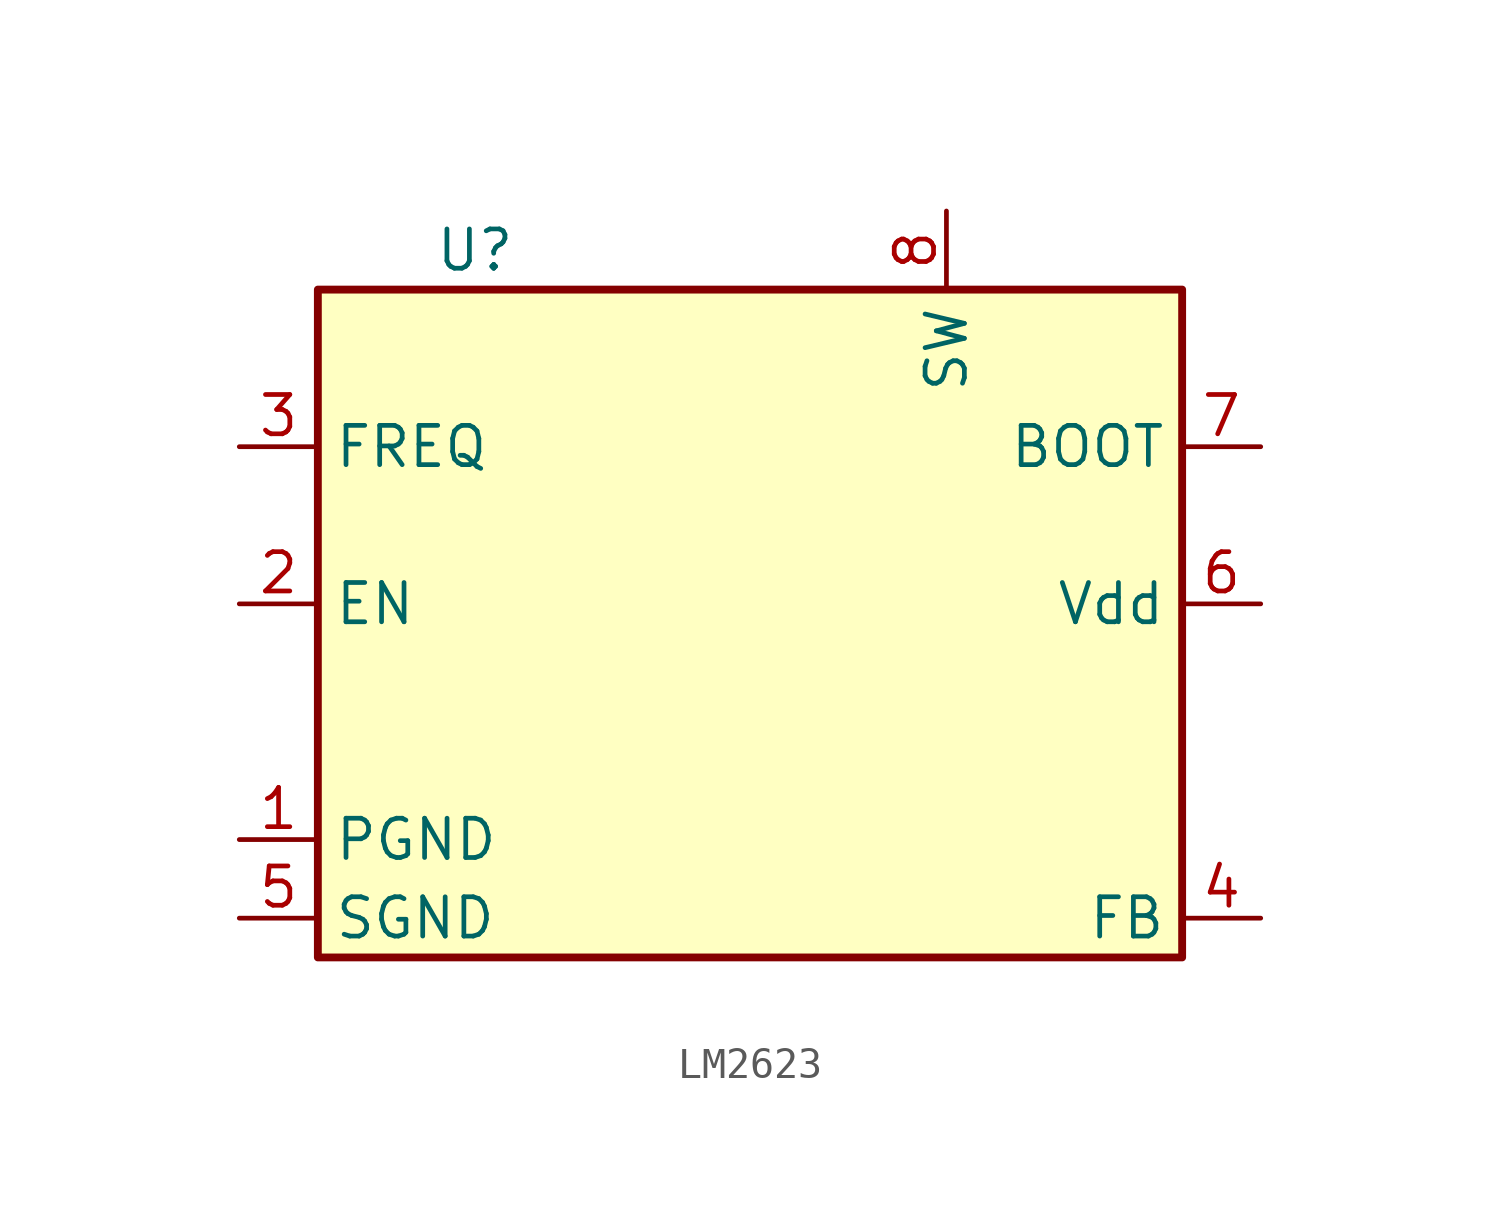
<source format=kicad_sym>
(kicad_symbol_lib
  (version 20231120)
  (generator "kicad_symbol_editor")
  (generator_version "8.0")
  (symbol "LM2623"
    (property "Reference" "U"
      (at 7.62 21.59 0)
      (effects (font (size 1.27 1.27))))
    (property "Value" ""
      (at 8.89 7.62 0)
      (effects (font (size 1.27 1.27))))
    (symbol "LM2623_1_1"
      (rectangle (start 2.54 20.32) (end 30.48 -1.27) (stroke (width 0.254) (type default)) (fill (type background)))
      (pin input line (at 0 2.54 0) (length 2.54) (name "PGND" (effects (font (size 1.27 1.27)))) (number "1" (effects (font (size 1.27 1.27)))))
      (pin input line (at 0 10.16 0) (length 2.54) (name "EN" (effects (font (size 1.27 1.27)))) (number "2" (effects (font (size 1.27 1.27)))))
      (pin input line (at 0 15.24 0) (length 2.54) (name "FREQ" (effects (font (size 1.27 1.27)))) (number "3" (effects (font (size 1.27 1.27)))))
      (pin input line (at 33.02 0 180) (length 2.54) (name "FB" (effects (font (size 1.27 1.27)))) (number "4" (effects (font (size 1.27 1.27)))))
      (pin input line (at 0 0 0) (length 2.54) (name "SGND" (effects (font (size 1.27 1.27)))) (number "5" (effects (font (size 1.27 1.27)))))
      (pin input line (at 33.02 10.16 180) (length 2.54) (name "Vdd" (effects (font (size 1.27 1.27)))) (number "6" (effects (font (size 1.27 1.27)))))
      (pin input line (at 33.02 15.24 180) (length 2.54) (name "BOOT" (effects (font (size 1.27 1.27)))) (number "7" (effects (font (size 1.27 1.27)))))
      (pin input line (at 22.86 22.86 270) (length 2.54) (name "SW" (effects (font (size 1.27 1.27)))) (number "8" (effects (font (size 1.27 1.27))))))))
</source>
